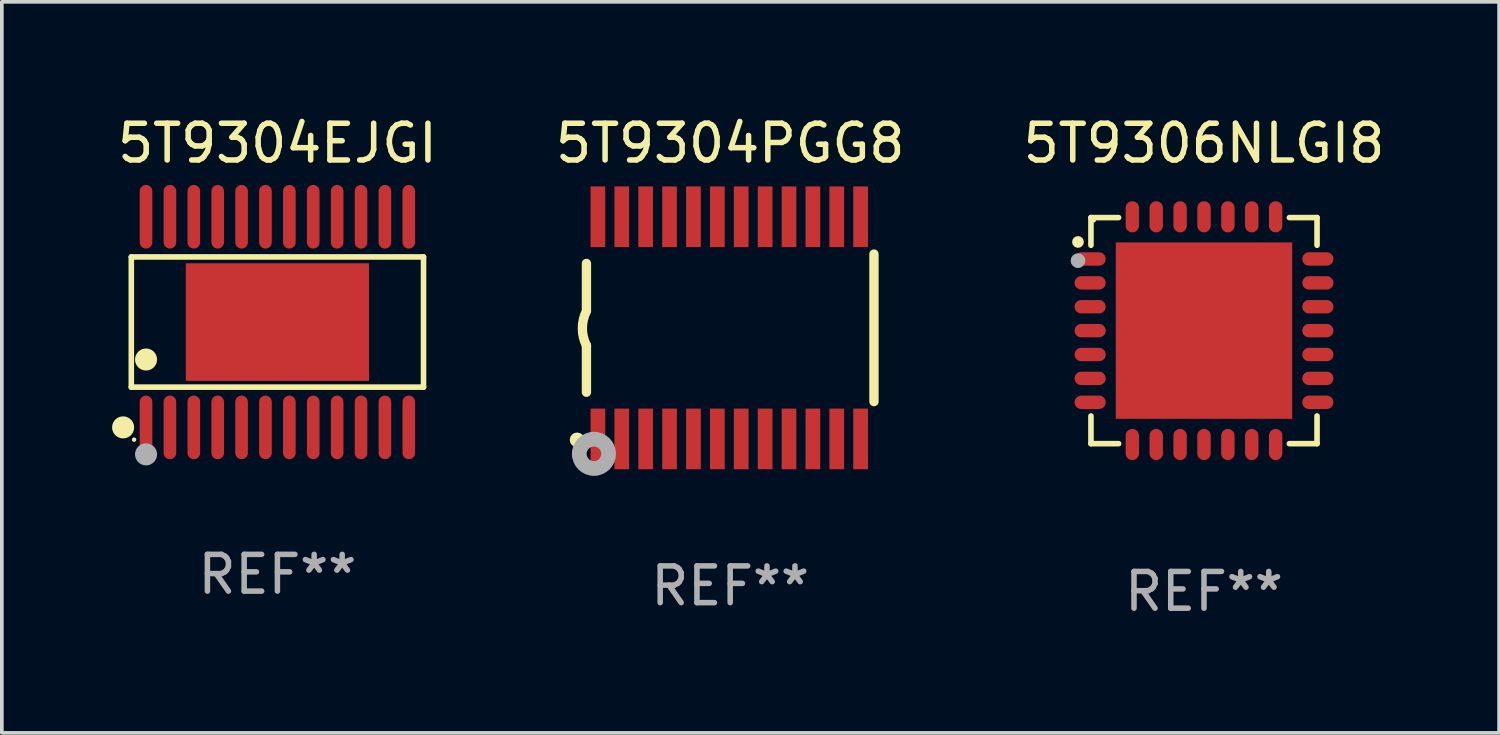
<source format=kicad_pcb>
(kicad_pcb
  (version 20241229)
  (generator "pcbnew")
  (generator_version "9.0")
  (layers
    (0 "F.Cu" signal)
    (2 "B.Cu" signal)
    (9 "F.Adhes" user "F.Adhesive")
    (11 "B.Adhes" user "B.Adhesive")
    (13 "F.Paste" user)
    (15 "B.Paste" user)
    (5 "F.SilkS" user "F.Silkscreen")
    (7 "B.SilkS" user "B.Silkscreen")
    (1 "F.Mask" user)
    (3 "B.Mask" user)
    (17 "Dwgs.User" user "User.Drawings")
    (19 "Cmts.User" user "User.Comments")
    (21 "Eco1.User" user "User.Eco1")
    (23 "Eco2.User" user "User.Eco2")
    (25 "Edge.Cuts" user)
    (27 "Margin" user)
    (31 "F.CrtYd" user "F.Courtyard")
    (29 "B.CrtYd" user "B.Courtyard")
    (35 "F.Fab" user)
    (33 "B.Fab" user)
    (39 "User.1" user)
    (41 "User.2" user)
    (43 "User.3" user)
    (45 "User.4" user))
  (footprint "5T9306NLGI8"
    (layer "F.Cu")
    (at 29.713 5.947)
    (property "Reference" "5T9306NLGI8" (at 0 -5.098 0) (layer "F.SilkS") (effects (font (size 1 1) (thickness 0.15))))
    (attr through_hole)
    (fp_line (start -3.076 -3.076) (end -3.076 -2.323) (stroke (width 0.152) (type solid)) (layer "F.SilkS"))
    (fp_line (start -3.076 3.076) (end -3.076 2.322) (stroke (width 0.152) (type solid)) (layer "F.SilkS"))
    (fp_line (start -2.323 -3.076) (end -3.076 -3.076) (stroke (width 0.152) (type solid)) (layer "F.SilkS"))
    (fp_line (start -2.323 3.076) (end -3.076 3.076) (stroke (width 0.152) (type solid)) (layer "F.SilkS"))
    (fp_line (start 2.323 -3.076) (end 3.076 -3.076) (stroke (width 0.152) (type solid)) (layer "F.SilkS"))
    (fp_line (start 2.323 3.076) (end 3.076 3.076) (stroke (width 0.152) (type solid)) (layer "F.SilkS"))
    (fp_line (start 3.076 -3.076) (end 3.076 -2.323) (stroke (width 0.152) (type solid)) (layer "F.SilkS"))
    (fp_line (start 3.076 3.076) (end 3.076 2.322) (stroke (width 0.152) (type solid)) (layer "F.SilkS"))
    (fp_circle (center -3.429 -2.413) (end -3.349 -2.413) (stroke (width 0.16) (type solid)) (fill no) (layer "F.SilkS"))
    (fp_circle (center -3 -3) (end -2.97 -3) (stroke (width 0.06) (type solid)) (fill no) (layer "F.SilkS"))
    (fp_circle (center -3.429 -1.905) (end -3.329 -1.905) (stroke (width 0.2) (type solid)) (fill no) (layer "F.Fab"))
    (fp_text user "REF**" (at 0 7.098 0) (layer "F.Fab") (effects (font (size 1 1) (thickness 0.15))))
    (pad "1" smd oval (at -3.098 -1.95) (size 0.847 0.364) (layers "F.Cu" "F.Mask" "F.Paste"))
    (pad "2" smd oval (at -3.098 -1.3) (size 0.847 0.364) (layers "F.Cu" "F.Mask" "F.Paste"))
    (pad "3" smd oval (at -3.098 -0.65) (size 0.847 0.364) (layers "F.Cu" "F.Mask" "F.Paste"))
    (pad "4" smd oval (at -3.098 0) (size 0.847 0.364) (layers "F.Cu" "F.Mask" "F.Paste"))
    (pad "5" smd oval (at -3.098 0.65) (size 0.847 0.364) (layers "F.Cu" "F.Mask" "F.Paste"))
    (pad "6" smd oval (at -3.098 1.3) (size 0.847 0.364) (layers "F.Cu" "F.Mask" "F.Paste"))
    (pad "7" smd oval (at -3.098 1.95) (size 0.847 0.364) (layers "F.Cu" "F.Mask" "F.Paste"))
    (pad "8" smd oval (at -1.95 3.098) (size 0.364 0.847) (layers "F.Cu" "F.Mask" "F.Paste"))
    (pad "9" smd oval (at -1.3 3.098) (size 0.364 0.847) (layers "F.Cu" "F.Mask" "F.Paste"))
    (pad "10" smd oval (at -0.65 3.098) (size 0.364 0.847) (layers "F.Cu" "F.Mask" "F.Paste"))
    (pad "11" smd oval (at 0 3.098) (size 0.364 0.847) (layers "F.Cu" "F.Mask" "F.Paste"))
    (pad "12" smd oval (at 0.65 3.098) (size 0.364 0.847) (layers "F.Cu" "F.Mask" "F.Paste"))
    (pad "13" smd oval (at 1.3 3.098) (size 0.364 0.847) (layers "F.Cu" "F.Mask" "F.Paste"))
    (pad "14" smd oval (at 1.95 3.098) (size 0.364 0.847) (layers "F.Cu" "F.Mask" "F.Paste"))
    (pad "15" smd oval (at 3.098 1.95) (size 0.847 0.364) (layers "F.Cu" "F.Mask" "F.Paste"))
    (pad "16" smd oval (at 3.098 1.3) (size 0.847 0.364) (layers "F.Cu" "F.Mask" "F.Paste"))
    (pad "17" smd oval (at 3.098 0.65) (size 0.847 0.364) (layers "F.Cu" "F.Mask" "F.Paste"))
    (pad "18" smd oval (at 3.098 0) (size 0.847 0.364) (layers "F.Cu" "F.Mask" "F.Paste"))
    (pad "19" smd oval (at 3.098 -0.65) (size 0.847 0.364) (layers "F.Cu" "F.Mask" "F.Paste"))
    (pad "20" smd oval (at 3.098 -1.3) (size 0.847 0.364) (layers "F.Cu" "F.Mask" "F.Paste"))
    (pad "21" smd oval (at 3.098 -1.95) (size 0.847 0.364) (layers "F.Cu" "F.Mask" "F.Paste"))
    (pad "22" smd oval (at 1.95 -3.098) (size 0.364 0.847) (layers "F.Cu" "F.Mask" "F.Paste"))
    (pad "23" smd oval (at 1.3 -3.098) (size 0.364 0.847) (layers "F.Cu" "F.Mask" "F.Paste"))
    (pad "24" smd oval (at 0.65 -3.098) (size 0.364 0.847) (layers "F.Cu" "F.Mask" "F.Paste"))
    (pad "25" smd oval (at 0 -3.098) (size 0.364 0.847) (layers "F.Cu" "F.Mask" "F.Paste"))
    (pad "26" smd oval (at -0.65 -3.098) (size 0.364 0.847) (layers "F.Cu" "F.Mask" "F.Paste"))
    (pad "27" smd oval (at -1.3 -3.098) (size 0.364 0.847) (layers "F.Cu" "F.Mask" "F.Paste"))
    (pad "28" smd oval (at -1.95 -3.098) (size 0.364 0.847) (layers "F.Cu" "F.Mask" "F.Paste"))
    (pad "29" smd rect (at 0 0) (size 4.8 4.8) (layers "F.Cu" "F.Mask" "F.Paste")))
  (footprint "5T9304EJGI"
    (layer "F.Cu")
    (at 4.499 5.714)
    (property "Reference" "5T9304EJGI" (at 0 -4.866 0) (layer "F.SilkS") (effects (font (size 1 1) (thickness 0.15))))
    (attr through_hole)
    (fp_line (start -3.976 -1.772) (end 3.976 -1.772) (stroke (width 0.152) (type solid)) (layer "F.SilkS"))
    (fp_line (start -3.976 1.771) (end -3.976 -1.772) (stroke (width 0.152) (type solid)) (layer "F.SilkS"))
    (fp_line (start 3.976 -1.772) (end 3.976 1.771) (stroke (width 0.152) (type solid)) (layer "F.SilkS"))
    (fp_line (start 3.976 1.771) (end -3.976 1.771) (stroke (width 0.152) (type solid)) (layer "F.SilkS"))
    (fp_circle (center -4.199 2.866) (end -4.049 2.866) (stroke (width 0.3) (type solid)) (fill no) (layer "F.SilkS"))
    (fp_circle (center -3.9 3.2) (end -3.87 3.2) (stroke (width 0.06) (type solid)) (fill no) (layer "F.SilkS"))
    (fp_circle (center -3.575 1.019) (end -3.425 1.019) (stroke (width 0.3) (type solid)) (fill no) (layer "F.SilkS"))
    (fp_circle (center -3.575 3.6) (end -3.425 3.6) (stroke (width 0.3) (type solid)) (fill no) (layer "F.Fab"))
    (fp_text user "REF**" (at 0 6.866 0) (layer "F.Fab") (effects (font (size 1 1) (thickness 0.15))))
    (pad "1" smd oval (at -3.575 2.866) (size 0.343 1.731) (layers "F.Cu" "F.Mask" "F.Paste"))
    (pad "2" smd oval (at -2.925 2.866) (size 0.343 1.731) (layers "F.Cu" "F.Mask" "F.Paste"))
    (pad "3" smd oval (at -2.275 2.866) (size 0.343 1.731) (layers "F.Cu" "F.Mask" "F.Paste"))
    (pad "4" smd oval (at -1.625 2.866) (size 0.343 1.731) (layers "F.Cu" "F.Mask" "F.Paste"))
    (pad "5" smd oval (at -0.975 2.866) (size 0.343 1.731) (layers "F.Cu" "F.Mask" "F.Paste"))
    (pad "6" smd oval (at -0.325 2.866) (size 0.343 1.731) (layers "F.Cu" "F.Mask" "F.Paste"))
    (pad "7" smd oval (at 0.325 2.866) (size 0.343 1.731) (layers "F.Cu" "F.Mask" "F.Paste"))
    (pad "8" smd oval (at 0.975 2.866) (size 0.343 1.731) (layers "F.Cu" "F.Mask" "F.Paste"))
    (pad "9" smd oval (at 1.625 2.866) (size 0.343 1.731) (layers "F.Cu" "F.Mask" "F.Paste"))
    (pad "10" smd oval (at 2.275 2.866) (size 0.343 1.731) (layers "F.Cu" "F.Mask" "F.Paste"))
    (pad "11" smd oval (at 2.925 2.866) (size 0.343 1.731) (layers "F.Cu" "F.Mask" "F.Paste"))
    (pad "12" smd oval (at 3.575 2.866) (size 0.343 1.731) (layers "F.Cu" "F.Mask" "F.Paste"))
    (pad "13" smd oval (at 3.575 -2.866) (size 0.343 1.731) (layers "F.Cu" "F.Mask" "F.Paste"))
    (pad "14" smd oval (at 2.925 -2.866) (size 0.343 1.731) (layers "F.Cu" "F.Mask" "F.Paste"))
    (pad "15" smd oval (at 2.275 -2.866) (size 0.343 1.731) (layers "F.Cu" "F.Mask" "F.Paste"))
    (pad "16" smd oval (at 1.625 -2.866) (size 0.343 1.731) (layers "F.Cu" "F.Mask" "F.Paste"))
    (pad "17" smd oval (at 0.975 -2.866) (size 0.343 1.731) (layers "F.Cu" "F.Mask" "F.Paste"))
    (pad "18" smd oval (at 0.325 -2.866) (size 0.343 1.731) (layers "F.Cu" "F.Mask" "F.Paste"))
    (pad "19" smd oval (at -0.325 -2.866) (size 0.343 1.731) (layers "F.Cu" "F.Mask" "F.Paste"))
    (pad "20" smd oval (at -0.975 -2.866) (size 0.343 1.731) (layers "F.Cu" "F.Mask" "F.Paste"))
    (pad "21" smd oval (at -1.625 -2.866) (size 0.343 1.731) (layers "F.Cu" "F.Mask" "F.Paste"))
    (pad "22" smd oval (at -2.275 -2.866) (size 0.343 1.731) (layers "F.Cu" "F.Mask" "F.Paste"))
    (pad "23" smd oval (at -2.925 -2.866) (size 0.343 1.731) (layers "F.Cu" "F.Mask" "F.Paste"))
    (pad "24" smd oval (at -3.575 -2.866) (size 0.343 1.731) (layers "F.Cu" "F.Mask" "F.Paste"))
    (pad "25" smd rect (at 0 -0.000127) (size 4.985 3.2) (layers "F.Cu" "F.Mask" "F.Paste")))
  (footprint "5T9304PGG8"
    (layer "F.Cu")
    (at 16.82 5.871)
    (property "Reference" "5T9304PGG8" (at 0 -5.023 0) (layer "F.SilkS") (effects (font (size 1 1) (thickness 0.15))))
    (attr through_hole)
    (fp_line (start -3.912 -0.483) (end -3.912 -1.753) (stroke (width 0.254) (type solid)) (layer "F.SilkS"))
    (fp_line (start -3.912 1.753) (end -3.912 0.483) (stroke (width 0.254) (type solid)) (layer "F.SilkS"))
    (fp_line (start 3.912 -2.007) (end 3.912 2.007) (stroke (width 0.254) (type solid)) (layer "F.SilkS"))
    (fp_arc (start -3.911608 0.482601) (mid -4.022537 0.0127) (end -3.911608 -0.457201) (stroke (width 0.254001) (type solid)) (layer "F.SilkS"))
    (fp_circle (center -4.166 3.048) (end -4.066 3.048) (stroke (width 0.2) (type solid)) (fill no) (layer "F.SilkS"))
    (fp_circle (center -3.925 3.186) (end -3.895 3.186) (stroke (width 0.06) (type solid)) (fill no) (layer "F.SilkS"))
    (fp_circle (center -3.708 3.429) (end -3.509 3.429) (stroke (width 0.4) (type solid)) (fill no) (layer "F.Fab"))
    (fp_text user "REF**" (at 0 7.023 0) (layer "F.Fab") (effects (font (size 1 1) (thickness 0.15))))
    (pad "1" smd rect (at -3.6 3.023) (size 0.4 1.65) (layers "F.Cu" "F.Mask" "F.Paste"))
    (pad "2" smd rect (at -2.95 3.023) (size 0.4 1.65) (layers "F.Cu" "F.Mask" "F.Paste"))
    (pad "3" smd rect (at -2.3 3.023) (size 0.4 1.65) (layers "F.Cu" "F.Mask" "F.Paste"))
    (pad "4" smd rect (at -1.65 3.023) (size 0.4 1.65) (layers "F.Cu" "F.Mask" "F.Paste"))
    (pad "5" smd rect (at -1 3.023) (size 0.4 1.65) (layers "F.Cu" "F.Mask" "F.Paste"))
    (pad "6" smd rect (at -0.35 3.023) (size 0.4 1.65) (layers "F.Cu" "F.Mask" "F.Paste"))
    (pad "7" smd rect (at 0.299 3.023) (size 0.4 1.65) (layers "F.Cu" "F.Mask" "F.Paste"))
    (pad "8" smd rect (at 0.95 3.023) (size 0.4 1.65) (layers "F.Cu" "F.Mask" "F.Paste"))
    (pad "9" smd rect (at 1.6 3.023) (size 0.4 1.65) (layers "F.Cu" "F.Mask" "F.Paste"))
    (pad "10" smd rect (at 2.25 3.023) (size 0.4 1.65) (layers "F.Cu" "F.Mask" "F.Paste"))
    (pad "11" smd rect (at 2.9 3.023) (size 0.4 1.65) (layers "F.Cu" "F.Mask" "F.Paste"))
    (pad "12" smd rect (at 3.549 3.023) (size 0.4 1.65) (layers "F.Cu" "F.Mask" "F.Paste"))
    (pad "13" smd rect (at 3.549 -3.023) (size 0.4 1.65) (layers "F.Cu" "F.Mask" "F.Paste"))
    (pad "14" smd rect (at 2.9 -3.023) (size 0.4 1.65) (layers "F.Cu" "F.Mask" "F.Paste"))
    (pad "15" smd rect (at 2.25 -3.023) (size 0.4 1.65) (layers "F.Cu" "F.Mask" "F.Paste"))
    (pad "16" smd rect (at 1.6 -3.023) (size 0.4 1.65) (layers "F.Cu" "F.Mask" "F.Paste"))
    (pad "17" smd rect (at 0.95 -3.023) (size 0.4 1.65) (layers "F.Cu" "F.Mask" "F.Paste"))
    (pad "18" smd rect (at 0.299 -3.023) (size 0.4 1.65) (layers "F.Cu" "F.Mask" "F.Paste"))
    (pad "19" smd rect (at -0.35 -3.023) (size 0.4 1.65) (layers "F.Cu" "F.Mask" "F.Paste"))
    (pad "20" smd rect (at -1 -3.023) (size 0.4 1.65) (layers "F.Cu" "F.Mask" "F.Paste"))
    (pad "21" smd rect (at -1.65 -3.023) (size 0.4 1.65) (layers "F.Cu" "F.Mask" "F.Paste"))
    (pad "22" smd rect (at -2.3 -3.023) (size 0.4 1.65) (layers "F.Cu" "F.Mask" "F.Paste"))
    (pad "23" smd rect (at -2.95 -3.023) (size 0.4 1.65) (layers "F.Cu" "F.Mask" "F.Paste"))
    (pad "24" smd rect (at -3.6 -3.023) (size 0.4 1.65) (layers "F.Cu" "F.Mask" "F.Paste")))
  (gr_rect
    (start -3 -3)
    (end 37.743 16.893)
    (stroke (width 0.1) (type default))
    (fill no)
    (layer "Edge.Cuts")))
</source>
